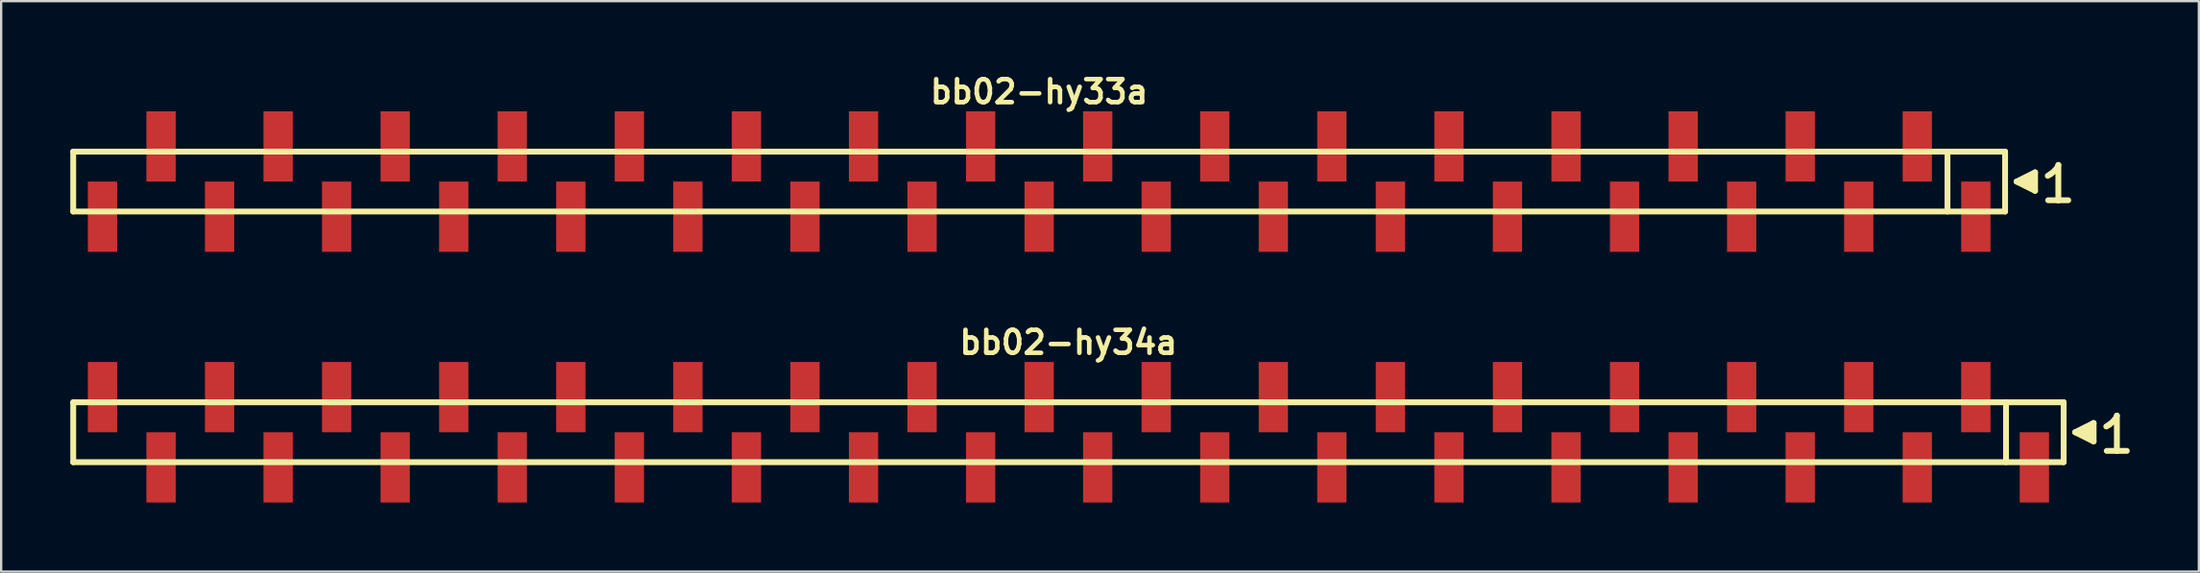
<source format=kicad_pcb>
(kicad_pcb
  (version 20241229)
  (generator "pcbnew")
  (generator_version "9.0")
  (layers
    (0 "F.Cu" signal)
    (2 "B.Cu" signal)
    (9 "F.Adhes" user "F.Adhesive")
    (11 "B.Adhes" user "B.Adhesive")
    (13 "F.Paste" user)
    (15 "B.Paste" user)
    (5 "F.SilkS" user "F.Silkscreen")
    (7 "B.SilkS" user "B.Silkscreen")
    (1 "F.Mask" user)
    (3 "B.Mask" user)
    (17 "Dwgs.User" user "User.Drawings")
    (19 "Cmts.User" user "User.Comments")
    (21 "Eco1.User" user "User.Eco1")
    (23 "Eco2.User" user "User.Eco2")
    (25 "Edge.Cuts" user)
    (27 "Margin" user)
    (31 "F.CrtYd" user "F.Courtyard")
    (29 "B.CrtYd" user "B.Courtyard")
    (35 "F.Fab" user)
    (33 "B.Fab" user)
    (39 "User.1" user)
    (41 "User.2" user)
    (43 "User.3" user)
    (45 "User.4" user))
  (footprint "bb02-hy34a"
    (layer "F.Cu")
    (at 43.307 15.713)
    (property "Reference" "bb02-hy34a" (at 0 -3.9 0) (layer "F.SilkS") (effects (font (size 0.998 0.998) (thickness 0.198))))
    (attr smd)
    (fp_line (start -43.18 -1.3) (end 43.18 -1.3) (stroke (width 0.254) (type solid)) (layer "F.SilkS"))
    (fp_line (start -43.18 1.3) (end -43.18 -1.3) (stroke (width 0.254) (type solid)) (layer "F.SilkS"))
    (fp_line (start 40.68 1.3) (end 40.68 -1.3) (stroke (width 0.254) (type solid)) (layer "F.SilkS"))
    (fp_line (start 43.18 -1.3) (end 43.18 1.3) (stroke (width 0.254) (type solid)) (layer "F.SilkS"))
    (fp_line (start 43.18 1.3) (end -43.18 1.3) (stroke (width 0.254) (type solid)) (layer "F.SilkS"))
    (fp_line (start 43.68 0) (end 44.48 0.4) (stroke (width 0.254) (type solid)) (layer "F.SilkS"))
    (fp_line (start 43.98 0.1) (end 43.98 -0.1) (stroke (width 0.254) (type solid)) (layer "F.SilkS"))
    (fp_line (start 44.08 -0.1) (end 44.08 0.1) (stroke (width 0.254) (type solid)) (layer "F.SilkS"))
    (fp_line (start 44.18 0.2) (end 44.18 -0.2) (stroke (width 0.254) (type solid)) (layer "F.SilkS"))
    (fp_line (start 44.28 -0.2) (end 44.28 0.2) (stroke (width 0.254) (type solid)) (layer "F.SilkS"))
    (fp_line (start 44.38 0.3) (end 44.38 -0.3) (stroke (width 0.254) (type solid)) (layer "F.SilkS"))
    (fp_line (start 44.48 -0.4) (end 43.68 0) (stroke (width 0.254) (type solid)) (layer "F.SilkS"))
    (fp_line (start 44.48 0.4) (end 44.48 -0.4) (stroke (width 0.254) (type solid)) (layer "F.SilkS"))
    (fp_line (start 45.03 -0.25) (end 45.16 -0.33) (stroke (width 0.254) (type solid)) (layer "F.SilkS"))
    (fp_line (start 45.16 -0.33) (end 45.32 -0.46) (stroke (width 0.254) (type solid)) (layer "F.SilkS"))
    (fp_line (start 45.32 -0.46) (end 45.46 -0.63) (stroke (width 0.254) (type solid)) (layer "F.SilkS"))
    (fp_line (start 45.46 -0.63) (end 45.49 -0.72) (stroke (width 0.254) (type solid)) (layer "F.SilkS"))
    (fp_line (start 45.49 -0.72) (end 45.49 0.81) (stroke (width 0.254) (type solid)) (layer "F.SilkS"))
    (fp_line (start 45.49 0.81) (end 45.05 0.81) (stroke (width 0.254) (type solid)) (layer "F.SilkS"))
    (fp_line (start 45.92 0.81) (end 45.48 0.81) (stroke (width 0.254) (type solid)) (layer "F.SilkS"))
    (pad "1" smd rect (at 41.91 1.525) (size 1.27 3.05) (layers "F.Cu" "F.Mask" "F.Paste"))
    (pad "2" smd rect (at 39.37 -1.525) (size 1.27 3.05) (layers "F.Cu" "F.Mask" "F.Paste"))
    (pad "3" smd rect (at 36.83 1.525) (size 1.27 3.05) (layers "F.Cu" "F.Mask" "F.Paste"))
    (pad "4" smd rect (at 34.29 -1.525) (size 1.27 3.05) (layers "F.Cu" "F.Mask" "F.Paste"))
    (pad "5" smd rect (at 31.75 1.525) (size 1.27 3.05) (layers "F.Cu" "F.Mask" "F.Paste"))
    (pad "6" smd rect (at 29.21 -1.525) (size 1.27 3.05) (layers "F.Cu" "F.Mask" "F.Paste"))
    (pad "7" smd rect (at 26.67 1.525) (size 1.27 3.05) (layers "F.Cu" "F.Mask" "F.Paste"))
    (pad "8" smd rect (at 24.13 -1.525) (size 1.27 3.05) (layers "F.Cu" "F.Mask" "F.Paste"))
    (pad "9" smd rect (at 21.59 1.525) (size 1.27 3.05) (layers "F.Cu" "F.Mask" "F.Paste"))
    (pad "10" smd rect (at 19.05 -1.525) (size 1.27 3.05) (layers "F.Cu" "F.Mask" "F.Paste"))
    (pad "11" smd rect (at 16.51 1.525) (size 1.27 3.05) (layers "F.Cu" "F.Mask" "F.Paste"))
    (pad "12" smd rect (at 13.97 -1.525) (size 1.27 3.05) (layers "F.Cu" "F.Mask" "F.Paste"))
    (pad "13" smd rect (at 11.43 1.525) (size 1.27 3.05) (layers "F.Cu" "F.Mask" "F.Paste"))
    (pad "14" smd rect (at 8.89 -1.525) (size 1.27 3.05) (layers "F.Cu" "F.Mask" "F.Paste"))
    (pad "15" smd rect (at 6.35 1.525) (size 1.27 3.05) (layers "F.Cu" "F.Mask" "F.Paste"))
    (pad "16" smd rect (at 3.81 -1.525) (size 1.27 3.05) (layers "F.Cu" "F.Mask" "F.Paste"))
    (pad "17" smd rect (at 1.27 1.525) (size 1.27 3.05) (layers "F.Cu" "F.Mask" "F.Paste"))
    (pad "18" smd rect (at -1.27 -1.525) (size 1.27 3.05) (layers "F.Cu" "F.Mask" "F.Paste"))
    (pad "19" smd rect (at -3.81 1.525) (size 1.27 3.05) (layers "F.Cu" "F.Mask" "F.Paste"))
    (pad "20" smd rect (at -6.35 -1.525) (size 1.27 3.05) (layers "F.Cu" "F.Mask" "F.Paste"))
    (pad "21" smd rect (at -8.89 1.525) (size 1.27 3.05) (layers "F.Cu" "F.Mask" "F.Paste"))
    (pad "22" smd rect (at -11.43 -1.525) (size 1.27 3.05) (layers "F.Cu" "F.Mask" "F.Paste"))
    (pad "23" smd rect (at -13.97 1.525) (size 1.27 3.05) (layers "F.Cu" "F.Mask" "F.Paste"))
    (pad "24" smd rect (at -16.51 -1.525) (size 1.27 3.05) (layers "F.Cu" "F.Mask" "F.Paste"))
    (pad "25" smd rect (at -19.05 1.525) (size 1.27 3.05) (layers "F.Cu" "F.Mask" "F.Paste"))
    (pad "26" smd rect (at -21.59 -1.525) (size 1.27 3.05) (layers "F.Cu" "F.Mask" "F.Paste"))
    (pad "27" smd rect (at -24.13 1.525) (size 1.27 3.05) (layers "F.Cu" "F.Mask" "F.Paste"))
    (pad "28" smd rect (at -26.67 -1.525) (size 1.27 3.05) (layers "F.Cu" "F.Mask" "F.Paste"))
    (pad "29" smd rect (at -29.21 1.525) (size 1.27 3.05) (layers "F.Cu" "F.Mask" "F.Paste"))
    (pad "30" smd rect (at -31.75 -1.525) (size 1.27 3.05) (layers "F.Cu" "F.Mask" "F.Paste"))
    (pad "31" smd rect (at -34.29 1.525) (size 1.27 3.05) (layers "F.Cu" "F.Mask" "F.Paste"))
    (pad "32" smd rect (at -36.83 -1.525) (size 1.27 3.05) (layers "F.Cu" "F.Mask" "F.Paste"))
    (pad "33" smd rect (at -39.37 1.525) (size 1.27 3.05) (layers "F.Cu" "F.Mask" "F.Paste"))
    (pad "34" smd rect (at -41.91 -1.525) (size 1.27 3.05) (layers "F.Cu" "F.Mask" "F.Paste")))
  (footprint "bb02-hy33a"
    (layer "F.Cu")
    (at 42.037 4.832)
    (property "Reference" "bb02-hy33a" (at 0 -3.9 0) (layer "F.SilkS") (effects (font (size 0.998 0.998) (thickness 0.198))))
    (attr smd)
    (fp_line (start -41.91 -1.3) (end 41.91 -1.3) (stroke (width 0.254) (type solid)) (layer "F.SilkS"))
    (fp_line (start -41.91 1.3) (end -41.91 -1.3) (stroke (width 0.254) (type solid)) (layer "F.SilkS"))
    (fp_line (start 39.41 1.3) (end 39.41 -1.3) (stroke (width 0.254) (type solid)) (layer "F.SilkS"))
    (fp_line (start 41.91 -1.3) (end 41.91 1.3) (stroke (width 0.254) (type solid)) (layer "F.SilkS"))
    (fp_line (start 41.91 1.3) (end -41.91 1.3) (stroke (width 0.254) (type solid)) (layer "F.SilkS"))
    (fp_line (start 42.41 0) (end 43.21 0.4) (stroke (width 0.254) (type solid)) (layer "F.SilkS"))
    (fp_line (start 42.71 0.1) (end 42.71 -0.1) (stroke (width 0.254) (type solid)) (layer "F.SilkS"))
    (fp_line (start 42.81 -0.1) (end 42.81 0.1) (stroke (width 0.254) (type solid)) (layer "F.SilkS"))
    (fp_line (start 42.91 0.2) (end 42.91 -0.2) (stroke (width 0.254) (type solid)) (layer "F.SilkS"))
    (fp_line (start 43.01 -0.2) (end 43.01 0.2) (stroke (width 0.254) (type solid)) (layer "F.SilkS"))
    (fp_line (start 43.11 0.3) (end 43.11 -0.3) (stroke (width 0.254) (type solid)) (layer "F.SilkS"))
    (fp_line (start 43.21 -0.4) (end 42.41 0) (stroke (width 0.254) (type solid)) (layer "F.SilkS"))
    (fp_line (start 43.21 0.4) (end 43.21 -0.4) (stroke (width 0.254) (type solid)) (layer "F.SilkS"))
    (fp_line (start 43.76 -0.25) (end 43.89 -0.33) (stroke (width 0.254) (type solid)) (layer "F.SilkS"))
    (fp_line (start 43.89 -0.33) (end 44.05 -0.46) (stroke (width 0.254) (type solid)) (layer "F.SilkS"))
    (fp_line (start 44.05 -0.46) (end 44.19 -0.63) (stroke (width 0.254) (type solid)) (layer "F.SilkS"))
    (fp_line (start 44.19 -0.63) (end 44.22 -0.72) (stroke (width 0.254) (type solid)) (layer "F.SilkS"))
    (fp_line (start 44.22 -0.72) (end 44.22 0.81) (stroke (width 0.254) (type solid)) (layer "F.SilkS"))
    (fp_line (start 44.22 0.81) (end 43.78 0.81) (stroke (width 0.254) (type solid)) (layer "F.SilkS"))
    (fp_line (start 44.65 0.81) (end 44.21 0.81) (stroke (width 0.254) (type solid)) (layer "F.SilkS"))
    (pad "1" smd rect (at 40.64 1.525) (size 1.27 3.05) (layers "F.Cu" "F.Mask" "F.Paste"))
    (pad "2" smd rect (at 38.1 -1.525) (size 1.27 3.05) (layers "F.Cu" "F.Mask" "F.Paste"))
    (pad "3" smd rect (at 35.56 1.525) (size 1.27 3.05) (layers "F.Cu" "F.Mask" "F.Paste"))
    (pad "4" smd rect (at 33.02 -1.525) (size 1.27 3.05) (layers "F.Cu" "F.Mask" "F.Paste"))
    (pad "5" smd rect (at 30.48 1.525) (size 1.27 3.05) (layers "F.Cu" "F.Mask" "F.Paste"))
    (pad "6" smd rect (at 27.94 -1.525) (size 1.27 3.05) (layers "F.Cu" "F.Mask" "F.Paste"))
    (pad "7" smd rect (at 25.4 1.525) (size 1.27 3.05) (layers "F.Cu" "F.Mask" "F.Paste"))
    (pad "8" smd rect (at 22.86 -1.525) (size 1.27 3.05) (layers "F.Cu" "F.Mask" "F.Paste"))
    (pad "9" smd rect (at 20.32 1.525) (size 1.27 3.05) (layers "F.Cu" "F.Mask" "F.Paste"))
    (pad "10" smd rect (at 17.78 -1.525) (size 1.27 3.05) (layers "F.Cu" "F.Mask" "F.Paste"))
    (pad "11" smd rect (at 15.24 1.525) (size 1.27 3.05) (layers "F.Cu" "F.Mask" "F.Paste"))
    (pad "12" smd rect (at 12.7 -1.525) (size 1.27 3.05) (layers "F.Cu" "F.Mask" "F.Paste"))
    (pad "13" smd rect (at 10.16 1.525) (size 1.27 3.05) (layers "F.Cu" "F.Mask" "F.Paste"))
    (pad "14" smd rect (at 7.62 -1.525) (size 1.27 3.05) (layers "F.Cu" "F.Mask" "F.Paste"))
    (pad "15" smd rect (at 5.08 1.525) (size 1.27 3.05) (layers "F.Cu" "F.Mask" "F.Paste"))
    (pad "16" smd rect (at 2.54 -1.525) (size 1.27 3.05) (layers "F.Cu" "F.Mask" "F.Paste"))
    (pad "17" smd rect (at 0 1.525) (size 1.27 3.05) (layers "F.Cu" "F.Mask" "F.Paste"))
    (pad "18" smd rect (at -2.54 -1.525) (size 1.27 3.05) (layers "F.Cu" "F.Mask" "F.Paste"))
    (pad "19" smd rect (at -5.08 1.525) (size 1.27 3.05) (layers "F.Cu" "F.Mask" "F.Paste"))
    (pad "20" smd rect (at -7.62 -1.525) (size 1.27 3.05) (layers "F.Cu" "F.Mask" "F.Paste"))
    (pad "21" smd rect (at -10.16 1.525) (size 1.27 3.05) (layers "F.Cu" "F.Mask" "F.Paste"))
    (pad "22" smd rect (at -12.7 -1.525) (size 1.27 3.05) (layers "F.Cu" "F.Mask" "F.Paste"))
    (pad "23" smd rect (at -15.24 1.525) (size 1.27 3.05) (layers "F.Cu" "F.Mask" "F.Paste"))
    (pad "24" smd rect (at -17.78 -1.525) (size 1.27 3.05) (layers "F.Cu" "F.Mask" "F.Paste"))
    (pad "25" smd rect (at -20.32 1.525) (size 1.27 3.05) (layers "F.Cu" "F.Mask" "F.Paste"))
    (pad "26" smd rect (at -22.86 -1.525) (size 1.27 3.05) (layers "F.Cu" "F.Mask" "F.Paste"))
    (pad "27" smd rect (at -25.4 1.525) (size 1.27 3.05) (layers "F.Cu" "F.Mask" "F.Paste"))
    (pad "28" smd rect (at -27.94 -1.525) (size 1.27 3.05) (layers "F.Cu" "F.Mask" "F.Paste"))
    (pad "29" smd rect (at -30.48 1.525) (size 1.27 3.05) (layers "F.Cu" "F.Mask" "F.Paste"))
    (pad "30" smd rect (at -33.02 -1.525) (size 1.27 3.05) (layers "F.Cu" "F.Mask" "F.Paste"))
    (pad "31" smd rect (at -35.56 1.525) (size 1.27 3.05) (layers "F.Cu" "F.Mask" "F.Paste"))
    (pad "32" smd rect (at -38.1 -1.525) (size 1.27 3.05) (layers "F.Cu" "F.Mask" "F.Paste"))
    (pad "33" smd rect (at -40.64 1.525) (size 1.27 3.05) (layers "F.Cu" "F.Mask" "F.Paste")))
  (gr_rect
    (start -3 -3)
    (end 92.354 21.763)
    (stroke (width 0.1) (type default))
    (fill no)
    (layer "Edge.Cuts")))
</source>
